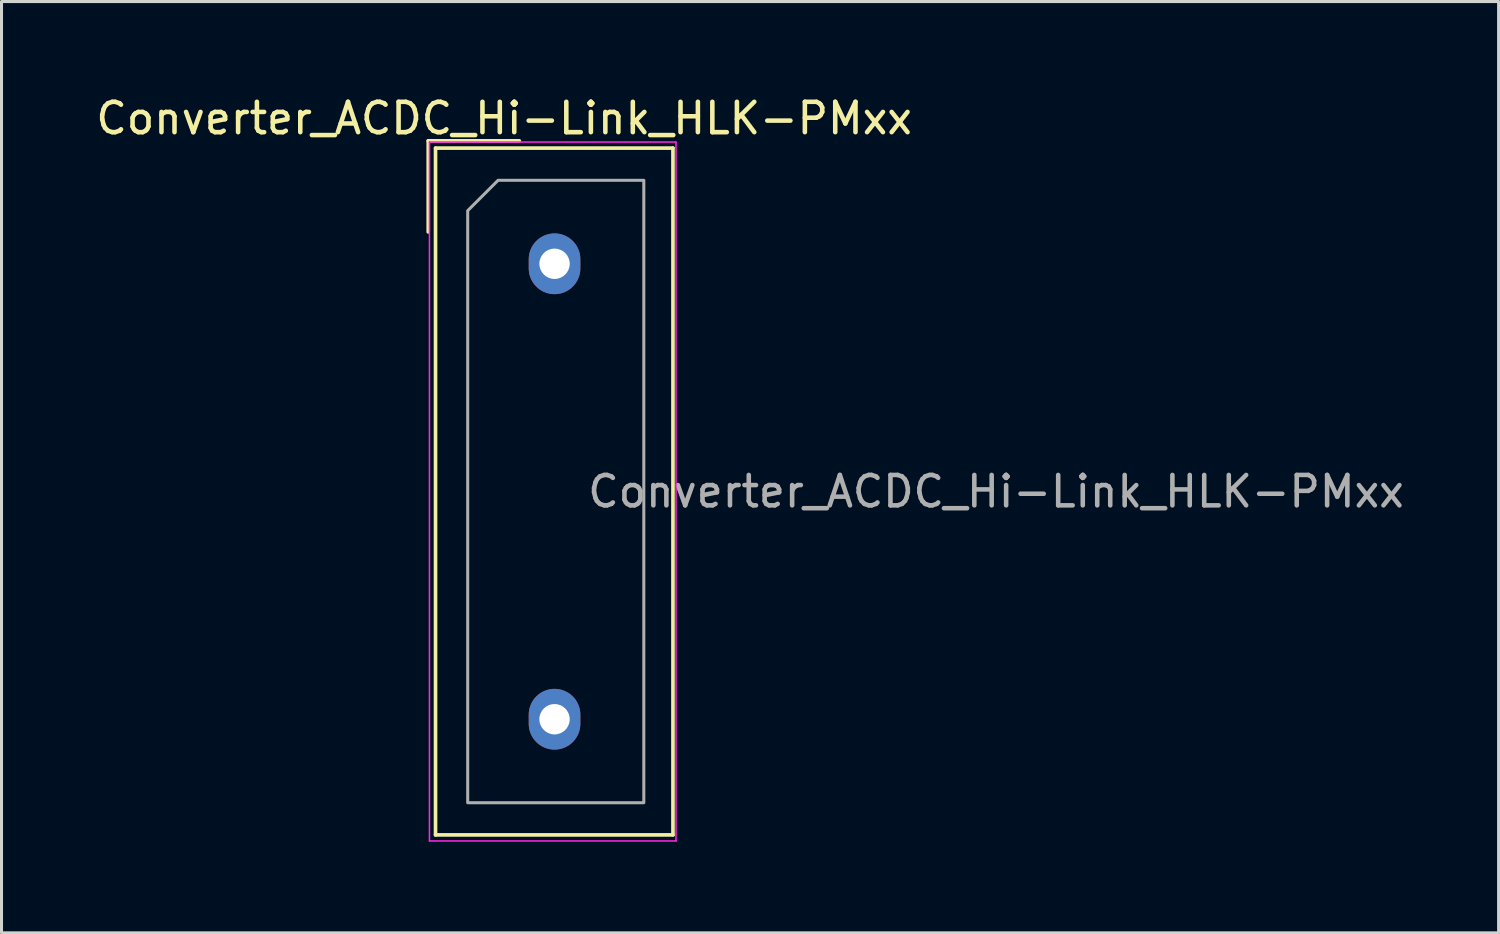
<source format=kicad_pcb>
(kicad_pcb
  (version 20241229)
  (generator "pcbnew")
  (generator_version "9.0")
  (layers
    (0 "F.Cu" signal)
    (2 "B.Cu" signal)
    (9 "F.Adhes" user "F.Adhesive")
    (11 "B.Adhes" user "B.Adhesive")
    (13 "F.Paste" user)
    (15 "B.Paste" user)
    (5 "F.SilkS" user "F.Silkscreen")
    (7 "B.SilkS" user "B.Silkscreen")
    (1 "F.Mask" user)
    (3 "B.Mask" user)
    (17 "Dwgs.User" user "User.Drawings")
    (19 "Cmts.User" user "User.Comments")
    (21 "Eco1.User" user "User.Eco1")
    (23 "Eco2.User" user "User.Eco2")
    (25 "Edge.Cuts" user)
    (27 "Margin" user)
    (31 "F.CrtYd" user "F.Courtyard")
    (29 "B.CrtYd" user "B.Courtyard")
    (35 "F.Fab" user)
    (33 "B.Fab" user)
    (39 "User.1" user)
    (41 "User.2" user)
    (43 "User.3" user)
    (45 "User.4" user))
  (footprint "Converter_ACDC_Hi-Link_HLK-PMxx"
    (layer "F.Cu")
    (at 15.214 10.638)
    (property "Reference" "Converter_ACDC_Hi-Link_HLK-PMxx" (at -1.66 -9.79 0) (layer "F.SilkS") (effects (font (size 1 1) (thickness 0.15))))
    (attr through_hole)
    (fp_line (start -4.16 -9.05) (end -1.16 -9.05) (stroke (width 0.12) (type solid)) (layer "F.SilkS"))
    (fp_line (start -4.16 -6.05) (end -4.16 -9.05) (stroke (width 0.12) (type solid)) (layer "F.SilkS"))
    (fp_line (start -3.92 -8.81) (end -3.92 13.81) (stroke (width 0.12) (type solid)) (layer "F.SilkS"))
    (fp_line (start -3.92 -8.81) (end 3.9 -8.81) (stroke (width 0.12) (type solid)) (layer "F.SilkS"))
    (fp_line (start -3.92 13.81) (end 3.9 13.81) (stroke (width 0.12) (type solid)) (layer "F.SilkS"))
    (fp_line (start 3.9 -8.81) (end 3.9 13.81) (stroke (width 0.12) (type solid)) (layer "F.SilkS"))
    (fp_line (start -4.12 -9.01) (end -4.12 14.01) (stroke (width 0.05) (type solid)) (layer "F.CrtYd"))
    (fp_line (start -4.12 14.01) (end 4 14.01) (stroke (width 0.05) (type solid)) (layer "F.CrtYd"))
    (fp_line (start 4 -9.01) (end -4.12 -9.01) (stroke (width 0.05) (type solid)) (layer "F.CrtYd"))
    (fp_line (start 4 14.01) (end 4 -9.01) (stroke (width 0.05) (type solid)) (layer "F.CrtYd"))
    (fp_poly (pts (xy -2.86 -6.75) (xy -2.86 12.75) (xy 2.94 12.75) (xy 2.94 -7.75) (xy -1.86 -7.75)) (stroke (width 0.1) (type solid)) (fill no) (layer "F.Fab"))
    (fp_text user "${REFERENCE}" (at 14.54 2.5 0) (layer "F.Fab") (effects (font (size 1 1) (thickness 0.15))))
    (pad "1" thru_hole oval (at 0 -5) (size 1.7 2) (drill 1) (layers "*.Cu" "*.Mask"))
    (pad "2" thru_hole oval (at 0 10) (size 1.7 2) (drill 1) (layers "*.Cu" "*.Mask")))
  (gr_rect
    (start -3 -3)
    (end 46.307 27.673)
    (stroke (width 0.1) (type default))
    (fill no)
    (layer "Edge.Cuts")))
</source>
